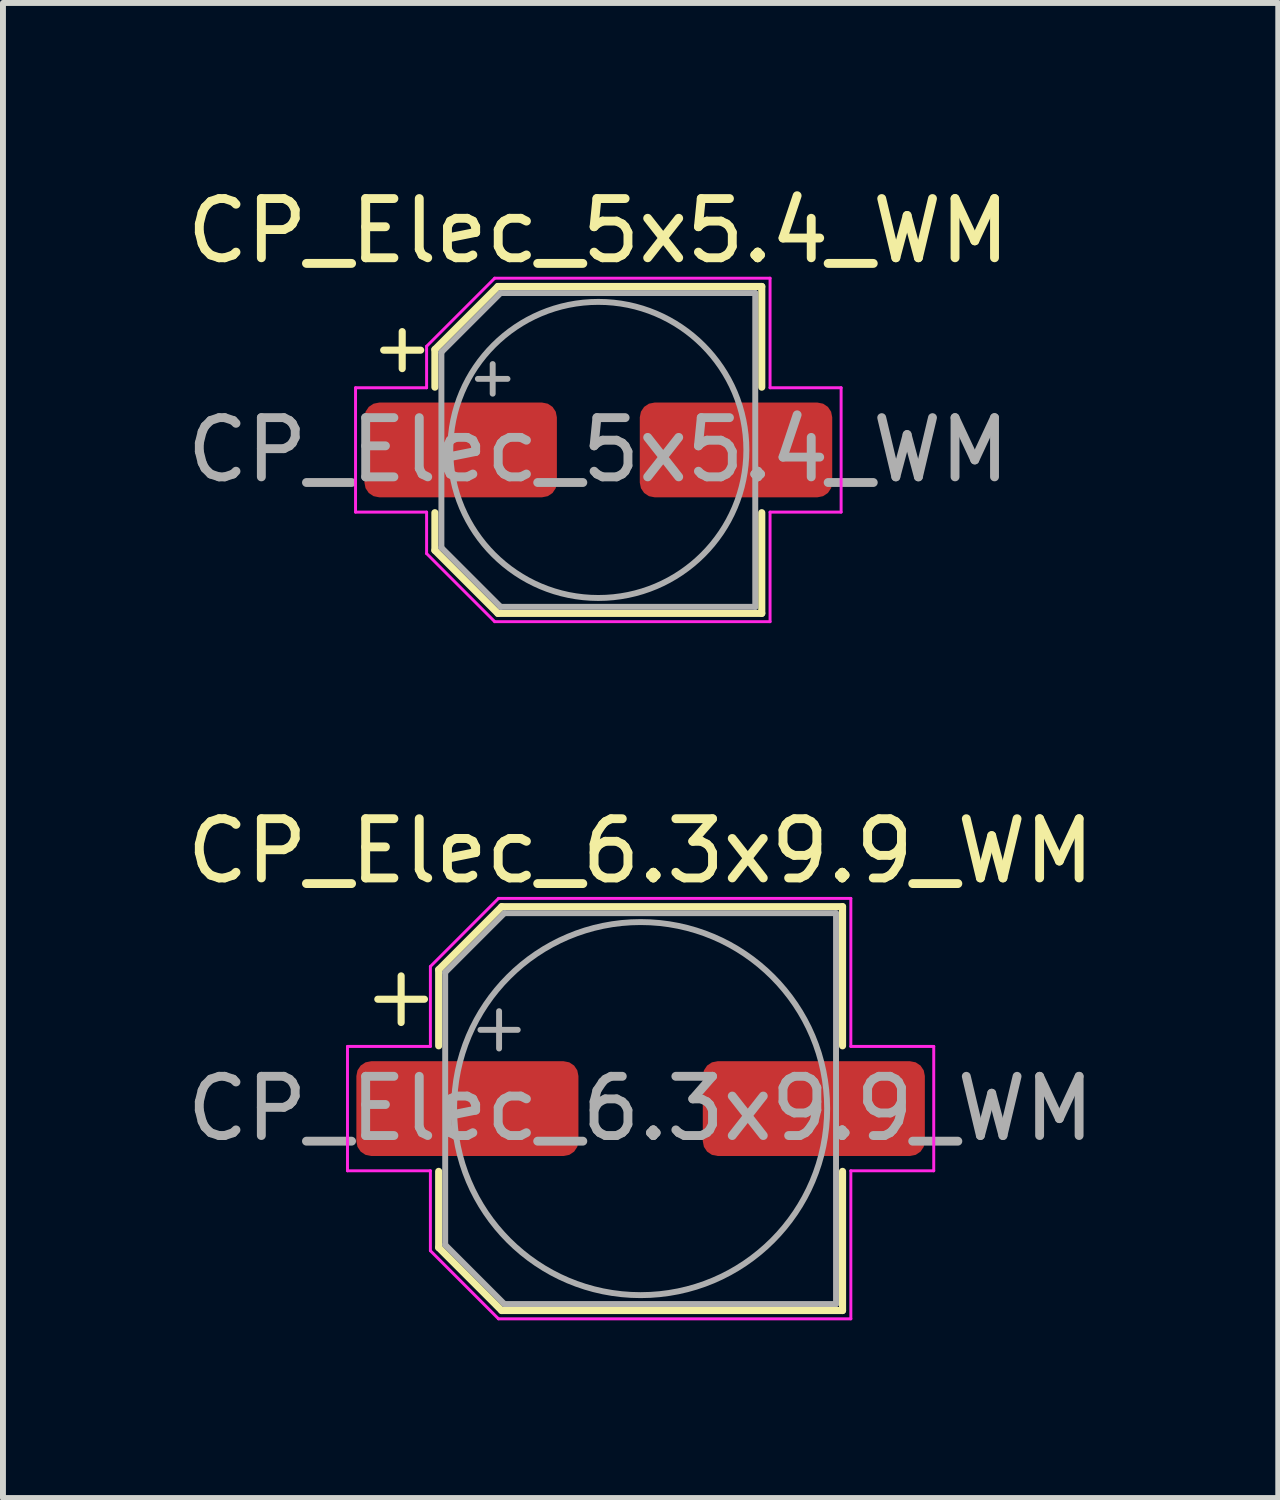
<source format=kicad_pcb>
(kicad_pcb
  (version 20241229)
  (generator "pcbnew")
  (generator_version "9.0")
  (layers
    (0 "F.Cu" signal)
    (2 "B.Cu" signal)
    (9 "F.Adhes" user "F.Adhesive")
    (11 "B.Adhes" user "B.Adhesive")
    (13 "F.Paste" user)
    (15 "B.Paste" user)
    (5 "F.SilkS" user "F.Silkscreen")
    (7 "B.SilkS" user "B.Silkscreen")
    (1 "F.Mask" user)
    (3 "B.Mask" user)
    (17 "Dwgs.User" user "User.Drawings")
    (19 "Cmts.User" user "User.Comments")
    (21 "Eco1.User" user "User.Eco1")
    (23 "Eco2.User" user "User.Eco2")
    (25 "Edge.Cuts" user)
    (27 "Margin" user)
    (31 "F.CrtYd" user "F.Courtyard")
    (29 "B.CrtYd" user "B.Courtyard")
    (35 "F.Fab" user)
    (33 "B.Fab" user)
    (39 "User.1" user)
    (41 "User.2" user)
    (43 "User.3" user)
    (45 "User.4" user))
  (footprint "CP_Elec_6.3x9.9_WM"
    (layer "F.Cu")
    (at 7.768 15.671)
    (property "Reference" "CP_Elec_6.3x9.9_WM" (at 0 -4.35 0) (layer "F.SilkS") (effects (font (size 1 1) (thickness 0.15))))
    (attr smd)
    (fp_line (start -4.438 -1.847) (end -3.65 -1.847) (stroke (width 0.12) (type solid)) (layer "F.SilkS"))
    (fp_line (start -4.044 -2.241) (end -4.044 -1.454) (stroke (width 0.12) (type solid)) (layer "F.SilkS"))
    (fp_line (start -3.41 -2.346) (end -3.41 -1.06) (stroke (width 0.12) (type solid)) (layer "F.SilkS"))
    (fp_line (start -3.41 -2.346) (end -2.346 -3.41) (stroke (width 0.12) (type solid)) (layer "F.SilkS"))
    (fp_line (start -3.41 2.346) (end -3.41 1.06) (stroke (width 0.12) (type solid)) (layer "F.SilkS"))
    (fp_line (start -3.41 2.346) (end -2.346 3.41) (stroke (width 0.12) (type solid)) (layer "F.SilkS"))
    (fp_line (start -2.346 -3.41) (end 3.41 -3.41) (stroke (width 0.12) (type solid)) (layer "F.SilkS"))
    (fp_line (start -2.346 3.41) (end 3.41 3.41) (stroke (width 0.12) (type solid)) (layer "F.SilkS"))
    (fp_line (start 3.41 -3.41) (end 3.41 -1.06) (stroke (width 0.12) (type solid)) (layer "F.SilkS"))
    (fp_line (start 3.41 3.41) (end 3.41 1.06) (stroke (width 0.12) (type solid)) (layer "F.SilkS"))
    (fp_line (start -4.95 -1.05) (end -4.95 1.05) (stroke (width 0.05) (type solid)) (layer "F.CrtYd"))
    (fp_line (start -4.95 1.05) (end -3.55 1.05) (stroke (width 0.05) (type solid)) (layer "F.CrtYd"))
    (fp_line (start -3.55 -2.4) (end -3.55 -1.05) (stroke (width 0.05) (type solid)) (layer "F.CrtYd"))
    (fp_line (start -3.55 -2.4) (end -2.4 -3.55) (stroke (width 0.05) (type solid)) (layer "F.CrtYd"))
    (fp_line (start -3.55 -1.05) (end -4.95 -1.05) (stroke (width 0.05) (type solid)) (layer "F.CrtYd"))
    (fp_line (start -3.55 1.05) (end -3.55 2.4) (stroke (width 0.05) (type solid)) (layer "F.CrtYd"))
    (fp_line (start -3.55 2.4) (end -2.4 3.55) (stroke (width 0.05) (type solid)) (layer "F.CrtYd"))
    (fp_line (start -2.4 -3.55) (end 3.55 -3.55) (stroke (width 0.05) (type solid)) (layer "F.CrtYd"))
    (fp_line (start -2.4 3.55) (end 3.55 3.55) (stroke (width 0.05) (type solid)) (layer "F.CrtYd"))
    (fp_line (start 3.55 -3.55) (end 3.55 -1.05) (stroke (width 0.05) (type solid)) (layer "F.CrtYd"))
    (fp_line (start 3.55 -1.05) (end 4.95 -1.05) (stroke (width 0.05) (type solid)) (layer "F.CrtYd"))
    (fp_line (start 3.55 1.05) (end 3.55 3.55) (stroke (width 0.05) (type solid)) (layer "F.CrtYd"))
    (fp_line (start 4.95 -1.05) (end 4.95 1.05) (stroke (width 0.05) (type solid)) (layer "F.CrtYd"))
    (fp_line (start 4.95 1.05) (end 3.55 1.05) (stroke (width 0.05) (type solid)) (layer "F.CrtYd"))
    (fp_line (start -3.3 -2.3) (end -3.3 2.3) (stroke (width 0.1) (type solid)) (layer "F.Fab"))
    (fp_line (start -3.3 -2.3) (end -2.3 -3.3) (stroke (width 0.1) (type solid)) (layer "F.Fab"))
    (fp_line (start -3.3 2.3) (end -2.3 3.3) (stroke (width 0.1) (type solid)) (layer "F.Fab"))
    (fp_line (start -2.705 -1.33) (end -2.075 -1.33) (stroke (width 0.1) (type solid)) (layer "F.Fab"))
    (fp_line (start -2.39 -1.645) (end -2.39 -1.015) (stroke (width 0.1) (type solid)) (layer "F.Fab"))
    (fp_line (start -2.3 -3.3) (end 3.3 -3.3) (stroke (width 0.1) (type solid)) (layer "F.Fab"))
    (fp_line (start -2.3 3.3) (end 3.3 3.3) (stroke (width 0.1) (type solid)) (layer "F.Fab"))
    (fp_line (start 3.3 -3.3) (end 3.3 3.3) (stroke (width 0.1) (type solid)) (layer "F.Fab"))
    (fp_circle (center 0 0) (end 3.15 0) (stroke (width 0.1) (type solid)) (fill no) (layer "F.Fab"))
    (fp_text user "${REFERENCE}" (at 0 0 0) (layer "F.Fab") (effects (font (size 1 1) (thickness 0.15))))
    (pad "1" smd roundrect (at -2.925 0) (size 3.75 1.6) (layers "F.Cu" "F.Mask" "F.Paste") (roundrect_rratio 0.156))
    (pad "2" smd roundrect (at 2.925 0) (size 3.75 1.6) (layers "F.Cu" "F.Mask" "F.Paste") (roundrect_rratio 0.156)))
  (footprint "CP_Elec_5x5.4_WM"
    (layer "F.Cu")
    (at 7.054 4.548)
    (property "Reference" "CP_Elec_5x5.4_WM" (at 0 -3.7 0) (layer "F.SilkS") (effects (font (size 1 1) (thickness 0.15))))
    (attr smd)
    (fp_line (start -3.625 -1.685) (end -3 -1.685) (stroke (width 0.12) (type solid)) (layer "F.SilkS"))
    (fp_line (start -3.312 -1.998) (end -3.312 -1.373) (stroke (width 0.12) (type solid)) (layer "F.SilkS"))
    (fp_line (start -2.76 -1.696) (end -2.76 -1.06) (stroke (width 0.12) (type solid)) (layer "F.SilkS"))
    (fp_line (start -2.76 -1.696) (end -1.696 -2.76) (stroke (width 0.12) (type solid)) (layer "F.SilkS"))
    (fp_line (start -2.76 1.696) (end -2.76 1.06) (stroke (width 0.12) (type solid)) (layer "F.SilkS"))
    (fp_line (start -2.76 1.696) (end -1.696 2.76) (stroke (width 0.12) (type solid)) (layer "F.SilkS"))
    (fp_line (start -1.696 -2.76) (end 2.76 -2.76) (stroke (width 0.12) (type solid)) (layer "F.SilkS"))
    (fp_line (start -1.696 2.76) (end 2.76 2.76) (stroke (width 0.12) (type solid)) (layer "F.SilkS"))
    (fp_line (start 2.76 -2.76) (end 2.76 -1.06) (stroke (width 0.12) (type solid)) (layer "F.SilkS"))
    (fp_line (start 2.76 2.76) (end 2.76 1.06) (stroke (width 0.12) (type solid)) (layer "F.SilkS"))
    (fp_line (start -4.1 -1.05) (end -4.1 1.05) (stroke (width 0.05) (type solid)) (layer "F.CrtYd"))
    (fp_line (start -4.1 1.05) (end -2.9 1.05) (stroke (width 0.05) (type solid)) (layer "F.CrtYd"))
    (fp_line (start -2.9 -1.75) (end -2.9 -1.05) (stroke (width 0.05) (type solid)) (layer "F.CrtYd"))
    (fp_line (start -2.9 -1.75) (end -1.75 -2.9) (stroke (width 0.05) (type solid)) (layer "F.CrtYd"))
    (fp_line (start -2.9 -1.05) (end -4.1 -1.05) (stroke (width 0.05) (type solid)) (layer "F.CrtYd"))
    (fp_line (start -2.9 1.05) (end -2.9 1.75) (stroke (width 0.05) (type solid)) (layer "F.CrtYd"))
    (fp_line (start -2.9 1.75) (end -1.75 2.9) (stroke (width 0.05) (type solid)) (layer "F.CrtYd"))
    (fp_line (start -1.75 -2.9) (end 2.9 -2.9) (stroke (width 0.05) (type solid)) (layer "F.CrtYd"))
    (fp_line (start -1.75 2.9) (end 2.9 2.9) (stroke (width 0.05) (type solid)) (layer "F.CrtYd"))
    (fp_line (start 2.9 -2.9) (end 2.9 -1.05) (stroke (width 0.05) (type solid)) (layer "F.CrtYd"))
    (fp_line (start 2.9 -1.05) (end 4.1 -1.05) (stroke (width 0.05) (type solid)) (layer "F.CrtYd"))
    (fp_line (start 2.9 1.05) (end 2.9 2.9) (stroke (width 0.05) (type solid)) (layer "F.CrtYd"))
    (fp_line (start 4.1 -1.05) (end 4.1 1.05) (stroke (width 0.05) (type solid)) (layer "F.CrtYd"))
    (fp_line (start 4.1 1.05) (end 2.9 1.05) (stroke (width 0.05) (type solid)) (layer "F.CrtYd"))
    (fp_line (start -2.65 -1.65) (end -2.65 1.65) (stroke (width 0.1) (type solid)) (layer "F.Fab"))
    (fp_line (start -2.65 -1.65) (end -1.65 -2.65) (stroke (width 0.1) (type solid)) (layer "F.Fab"))
    (fp_line (start -2.65 1.65) (end -1.65 2.65) (stroke (width 0.1) (type solid)) (layer "F.Fab"))
    (fp_line (start -2.034 -1.2) (end -1.534 -1.2) (stroke (width 0.1) (type solid)) (layer "F.Fab"))
    (fp_line (start -1.784 -1.45) (end -1.784 -0.95) (stroke (width 0.1) (type solid)) (layer "F.Fab"))
    (fp_line (start -1.65 -2.65) (end 2.65 -2.65) (stroke (width 0.1) (type solid)) (layer "F.Fab"))
    (fp_line (start -1.65 2.65) (end 2.65 2.65) (stroke (width 0.1) (type solid)) (layer "F.Fab"))
    (fp_line (start 2.65 -2.65) (end 2.65 2.65) (stroke (width 0.1) (type solid)) (layer "F.Fab"))
    (fp_circle (center 0 0) (end 2.5 0) (stroke (width 0.1) (type solid)) (fill no) (layer "F.Fab"))
    (fp_text user "${REFERENCE}" (at 0 0 0) (layer "F.Fab") (effects (font (size 1 1) (thickness 0.15))))
    (pad "1" smd roundrect (at -2.325 0) (size 3.25 1.6) (layers "F.Cu" "F.Mask" "F.Paste") (roundrect_rratio 0.156))
    (pad "2" smd roundrect (at 2.325 0) (size 3.25 1.6) (layers "F.Cu" "F.Mask" "F.Paste") (roundrect_rratio 0.156)))
  (gr_rect
    (start -3 -3)
    (end 18.536 22.247)
    (stroke (width 0.1) (type default))
    (fill no)
    (layer "Edge.Cuts")))
</source>
